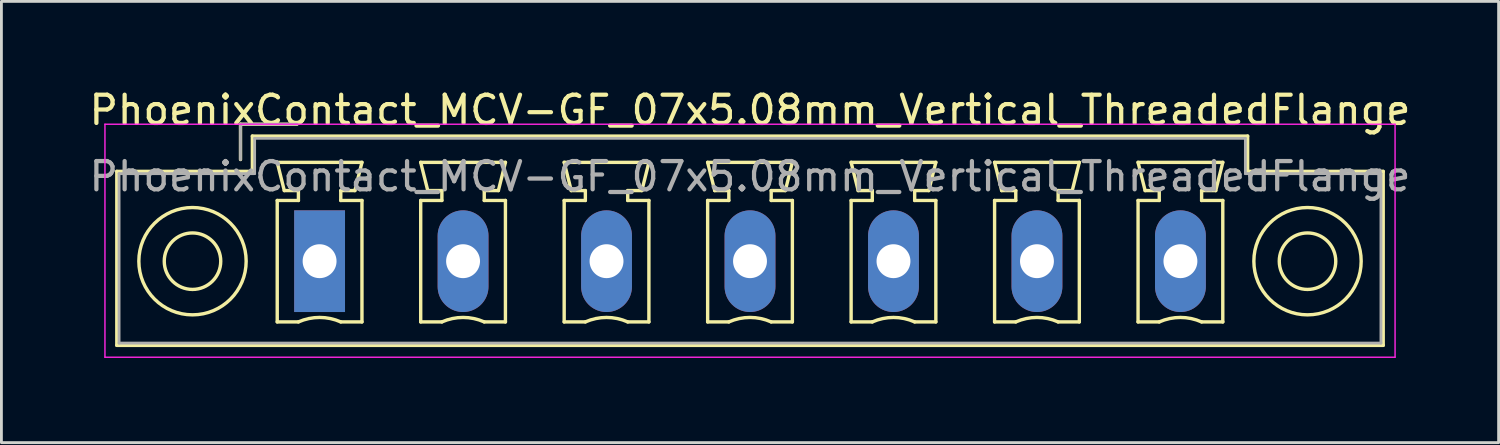
<source format=kicad_pcb>
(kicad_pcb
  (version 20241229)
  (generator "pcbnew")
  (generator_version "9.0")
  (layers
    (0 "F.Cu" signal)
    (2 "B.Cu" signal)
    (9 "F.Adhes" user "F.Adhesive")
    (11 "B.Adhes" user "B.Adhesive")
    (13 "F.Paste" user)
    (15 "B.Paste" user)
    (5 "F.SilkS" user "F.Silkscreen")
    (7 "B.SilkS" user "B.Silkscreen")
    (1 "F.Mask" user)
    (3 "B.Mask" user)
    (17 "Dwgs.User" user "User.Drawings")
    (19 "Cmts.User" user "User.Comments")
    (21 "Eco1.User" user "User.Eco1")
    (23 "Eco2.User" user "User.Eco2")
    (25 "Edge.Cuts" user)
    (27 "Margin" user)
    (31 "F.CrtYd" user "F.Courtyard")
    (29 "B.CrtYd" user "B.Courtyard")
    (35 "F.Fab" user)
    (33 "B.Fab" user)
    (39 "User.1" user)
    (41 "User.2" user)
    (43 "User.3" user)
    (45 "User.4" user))
  (footprint "PhoenixContact_MCV-GF_07x5.08mm_Vertical_ThreadedFlange"
    (layer "F.Cu")
    (at 8.266 6.198)
    (property "Reference" "PhoenixContact_MCV-GF_07x5.08mm_Vertical_ThreadedFlange" (at 15.24 -5.35 0) (layer "F.SilkS") (effects (font (size 1 1) (thickness 0.15))))
    (attr through_hole)
    (fp_line (start -7.18 -3.18) (end -7.18 2.98) (stroke (width 0.12) (type solid)) (layer "F.SilkS"))
    (fp_line (start -7.18 2.98) (end 37.66 2.98) (stroke (width 0.12) (type solid)) (layer "F.SilkS"))
    (fp_line (start -2.8 -4.85) (end -0.8 -4.85) (stroke (width 0.12) (type solid)) (layer "F.SilkS"))
    (fp_line (start -2.8 -3.6) (end -2.8 -4.85) (stroke (width 0.12) (type solid)) (layer "F.SilkS"))
    (fp_line (start -2.38 -4.43) (end -2.38 -3.18) (stroke (width 0.12) (type solid)) (layer "F.SilkS"))
    (fp_line (start -2.38 -3.18) (end -7.18 -3.18) (stroke (width 0.12) (type solid)) (layer "F.SilkS"))
    (fp_line (start -1.5 -3.5) (end 1.5 -3.5) (stroke (width 0.12) (type solid)) (layer "F.SilkS"))
    (fp_line (start -1.5 -2.15) (end -0.75 -2.15) (stroke (width 0.12) (type solid)) (layer "F.SilkS"))
    (fp_line (start -1.5 2.15) (end -1.5 -2.15) (stroke (width 0.12) (type solid)) (layer "F.SilkS"))
    (fp_line (start -1.25 -2.5) (end -1.5 -3.5) (stroke (width 0.12) (type solid)) (layer "F.SilkS"))
    (fp_line (start -0.75 -2.5) (end -1.25 -2.5) (stroke (width 0.12) (type solid)) (layer "F.SilkS"))
    (fp_line (start -0.75 -2.15) (end -0.75 -2.5) (stroke (width 0.12) (type solid)) (layer "F.SilkS"))
    (fp_line (start -0.75 2.15) (end -1.5 2.15) (stroke (width 0.12) (type solid)) (layer "F.SilkS"))
    (fp_line (start 0.75 -2.5) (end 0.75 -2.15) (stroke (width 0.12) (type solid)) (layer "F.SilkS"))
    (fp_line (start 0.75 -2.15) (end 1.5 -2.15) (stroke (width 0.12) (type solid)) (layer "F.SilkS"))
    (fp_line (start 1.25 -2.5) (end 0.75 -2.5) (stroke (width 0.12) (type solid)) (layer "F.SilkS"))
    (fp_line (start 1.5 -3.5) (end 1.25 -2.5) (stroke (width 0.12) (type solid)) (layer "F.SilkS"))
    (fp_line (start 1.5 -2.15) (end 1.5 2.15) (stroke (width 0.12) (type solid)) (layer "F.SilkS"))
    (fp_line (start 1.5 2.15) (end 0.75 2.15) (stroke (width 0.12) (type solid)) (layer "F.SilkS"))
    (fp_line (start 3.58 -3.5) (end 6.58 -3.5) (stroke (width 0.12) (type solid)) (layer "F.SilkS"))
    (fp_line (start 3.58 -2.15) (end 4.33 -2.15) (stroke (width 0.12) (type solid)) (layer "F.SilkS"))
    (fp_line (start 3.58 2.15) (end 3.58 -2.15) (stroke (width 0.12) (type solid)) (layer "F.SilkS"))
    (fp_line (start 3.83 -2.5) (end 3.58 -3.5) (stroke (width 0.12) (type solid)) (layer "F.SilkS"))
    (fp_line (start 4.33 -2.5) (end 3.83 -2.5) (stroke (width 0.12) (type solid)) (layer "F.SilkS"))
    (fp_line (start 4.33 -2.15) (end 4.33 -2.5) (stroke (width 0.12) (type solid)) (layer "F.SilkS"))
    (fp_line (start 4.33 2.15) (end 3.58 2.15) (stroke (width 0.12) (type solid)) (layer "F.SilkS"))
    (fp_line (start 5.83 -2.5) (end 5.83 -2.15) (stroke (width 0.12) (type solid)) (layer "F.SilkS"))
    (fp_line (start 5.83 -2.15) (end 6.58 -2.15) (stroke (width 0.12) (type solid)) (layer "F.SilkS"))
    (fp_line (start 6.33 -2.5) (end 5.83 -2.5) (stroke (width 0.12) (type solid)) (layer "F.SilkS"))
    (fp_line (start 6.58 -3.5) (end 6.33 -2.5) (stroke (width 0.12) (type solid)) (layer "F.SilkS"))
    (fp_line (start 6.58 -2.15) (end 6.58 2.15) (stroke (width 0.12) (type solid)) (layer "F.SilkS"))
    (fp_line (start 6.58 2.15) (end 5.83 2.15) (stroke (width 0.12) (type solid)) (layer "F.SilkS"))
    (fp_line (start 8.66 -3.5) (end 11.66 -3.5) (stroke (width 0.12) (type solid)) (layer "F.SilkS"))
    (fp_line (start 8.66 -2.15) (end 9.41 -2.15) (stroke (width 0.12) (type solid)) (layer "F.SilkS"))
    (fp_line (start 8.66 2.15) (end 8.66 -2.15) (stroke (width 0.12) (type solid)) (layer "F.SilkS"))
    (fp_line (start 8.91 -2.5) (end 8.66 -3.5) (stroke (width 0.12) (type solid)) (layer "F.SilkS"))
    (fp_line (start 9.41 -2.5) (end 8.91 -2.5) (stroke (width 0.12) (type solid)) (layer "F.SilkS"))
    (fp_line (start 9.41 -2.15) (end 9.41 -2.5) (stroke (width 0.12) (type solid)) (layer "F.SilkS"))
    (fp_line (start 9.41 2.15) (end 8.66 2.15) (stroke (width 0.12) (type solid)) (layer "F.SilkS"))
    (fp_line (start 10.91 -2.5) (end 10.91 -2.15) (stroke (width 0.12) (type solid)) (layer "F.SilkS"))
    (fp_line (start 10.91 -2.15) (end 11.66 -2.15) (stroke (width 0.12) (type solid)) (layer "F.SilkS"))
    (fp_line (start 11.41 -2.5) (end 10.91 -2.5) (stroke (width 0.12) (type solid)) (layer "F.SilkS"))
    (fp_line (start 11.66 -3.5) (end 11.41 -2.5) (stroke (width 0.12) (type solid)) (layer "F.SilkS"))
    (fp_line (start 11.66 -2.15) (end 11.66 2.15) (stroke (width 0.12) (type solid)) (layer "F.SilkS"))
    (fp_line (start 11.66 2.15) (end 10.91 2.15) (stroke (width 0.12) (type solid)) (layer "F.SilkS"))
    (fp_line (start 13.74 -3.5) (end 16.74 -3.5) (stroke (width 0.12) (type solid)) (layer "F.SilkS"))
    (fp_line (start 13.74 -2.15) (end 14.49 -2.15) (stroke (width 0.12) (type solid)) (layer "F.SilkS"))
    (fp_line (start 13.74 2.15) (end 13.74 -2.15) (stroke (width 0.12) (type solid)) (layer "F.SilkS"))
    (fp_line (start 13.99 -2.5) (end 13.74 -3.5) (stroke (width 0.12) (type solid)) (layer "F.SilkS"))
    (fp_line (start 14.49 -2.5) (end 13.99 -2.5) (stroke (width 0.12) (type solid)) (layer "F.SilkS"))
    (fp_line (start 14.49 -2.15) (end 14.49 -2.5) (stroke (width 0.12) (type solid)) (layer "F.SilkS"))
    (fp_line (start 14.49 2.15) (end 13.74 2.15) (stroke (width 0.12) (type solid)) (layer "F.SilkS"))
    (fp_line (start 15.99 -2.5) (end 15.99 -2.15) (stroke (width 0.12) (type solid)) (layer "F.SilkS"))
    (fp_line (start 15.99 -2.15) (end 16.74 -2.15) (stroke (width 0.12) (type solid)) (layer "F.SilkS"))
    (fp_line (start 16.49 -2.5) (end 15.99 -2.5) (stroke (width 0.12) (type solid)) (layer "F.SilkS"))
    (fp_line (start 16.74 -3.5) (end 16.49 -2.5) (stroke (width 0.12) (type solid)) (layer "F.SilkS"))
    (fp_line (start 16.74 -2.15) (end 16.74 2.15) (stroke (width 0.12) (type solid)) (layer "F.SilkS"))
    (fp_line (start 16.74 2.15) (end 15.99 2.15) (stroke (width 0.12) (type solid)) (layer "F.SilkS"))
    (fp_line (start 18.82 -3.5) (end 21.82 -3.5) (stroke (width 0.12) (type solid)) (layer "F.SilkS"))
    (fp_line (start 18.82 -2.15) (end 19.57 -2.15) (stroke (width 0.12) (type solid)) (layer "F.SilkS"))
    (fp_line (start 18.82 2.15) (end 18.82 -2.15) (stroke (width 0.12) (type solid)) (layer "F.SilkS"))
    (fp_line (start 19.07 -2.5) (end 18.82 -3.5) (stroke (width 0.12) (type solid)) (layer "F.SilkS"))
    (fp_line (start 19.57 -2.5) (end 19.07 -2.5) (stroke (width 0.12) (type solid)) (layer "F.SilkS"))
    (fp_line (start 19.57 -2.15) (end 19.57 -2.5) (stroke (width 0.12) (type solid)) (layer "F.SilkS"))
    (fp_line (start 19.57 2.15) (end 18.82 2.15) (stroke (width 0.12) (type solid)) (layer "F.SilkS"))
    (fp_line (start 21.07 -2.5) (end 21.07 -2.15) (stroke (width 0.12) (type solid)) (layer "F.SilkS"))
    (fp_line (start 21.07 -2.15) (end 21.82 -2.15) (stroke (width 0.12) (type solid)) (layer "F.SilkS"))
    (fp_line (start 21.57 -2.5) (end 21.07 -2.5) (stroke (width 0.12) (type solid)) (layer "F.SilkS"))
    (fp_line (start 21.82 -3.5) (end 21.57 -2.5) (stroke (width 0.12) (type solid)) (layer "F.SilkS"))
    (fp_line (start 21.82 -2.15) (end 21.82 2.15) (stroke (width 0.12) (type solid)) (layer "F.SilkS"))
    (fp_line (start 21.82 2.15) (end 21.07 2.15) (stroke (width 0.12) (type solid)) (layer "F.SilkS"))
    (fp_line (start 23.9 -3.5) (end 26.9 -3.5) (stroke (width 0.12) (type solid)) (layer "F.SilkS"))
    (fp_line (start 23.9 -2.15) (end 24.65 -2.15) (stroke (width 0.12) (type solid)) (layer "F.SilkS"))
    (fp_line (start 23.9 2.15) (end 23.9 -2.15) (stroke (width 0.12) (type solid)) (layer "F.SilkS"))
    (fp_line (start 24.15 -2.5) (end 23.9 -3.5) (stroke (width 0.12) (type solid)) (layer "F.SilkS"))
    (fp_line (start 24.65 -2.5) (end 24.15 -2.5) (stroke (width 0.12) (type solid)) (layer "F.SilkS"))
    (fp_line (start 24.65 -2.15) (end 24.65 -2.5) (stroke (width 0.12) (type solid)) (layer "F.SilkS"))
    (fp_line (start 24.65 2.15) (end 23.9 2.15) (stroke (width 0.12) (type solid)) (layer "F.SilkS"))
    (fp_line (start 26.15 -2.5) (end 26.15 -2.15) (stroke (width 0.12) (type solid)) (layer "F.SilkS"))
    (fp_line (start 26.15 -2.15) (end 26.9 -2.15) (stroke (width 0.12) (type solid)) (layer "F.SilkS"))
    (fp_line (start 26.65 -2.5) (end 26.15 -2.5) (stroke (width 0.12) (type solid)) (layer "F.SilkS"))
    (fp_line (start 26.9 -3.5) (end 26.65 -2.5) (stroke (width 0.12) (type solid)) (layer "F.SilkS"))
    (fp_line (start 26.9 -2.15) (end 26.9 2.15) (stroke (width 0.12) (type solid)) (layer "F.SilkS"))
    (fp_line (start 26.9 2.15) (end 26.15 2.15) (stroke (width 0.12) (type solid)) (layer "F.SilkS"))
    (fp_line (start 28.98 -3.5) (end 31.98 -3.5) (stroke (width 0.12) (type solid)) (layer "F.SilkS"))
    (fp_line (start 28.98 -2.15) (end 29.73 -2.15) (stroke (width 0.12) (type solid)) (layer "F.SilkS"))
    (fp_line (start 28.98 2.15) (end 28.98 -2.15) (stroke (width 0.12) (type solid)) (layer "F.SilkS"))
    (fp_line (start 29.23 -2.5) (end 28.98 -3.5) (stroke (width 0.12) (type solid)) (layer "F.SilkS"))
    (fp_line (start 29.73 -2.5) (end 29.23 -2.5) (stroke (width 0.12) (type solid)) (layer "F.SilkS"))
    (fp_line (start 29.73 -2.15) (end 29.73 -2.5) (stroke (width 0.12) (type solid)) (layer "F.SilkS"))
    (fp_line (start 29.73 2.15) (end 28.98 2.15) (stroke (width 0.12) (type solid)) (layer "F.SilkS"))
    (fp_line (start 31.23 -2.5) (end 31.23 -2.15) (stroke (width 0.12) (type solid)) (layer "F.SilkS"))
    (fp_line (start 31.23 -2.15) (end 31.98 -2.15) (stroke (width 0.12) (type solid)) (layer "F.SilkS"))
    (fp_line (start 31.73 -2.5) (end 31.23 -2.5) (stroke (width 0.12) (type solid)) (layer "F.SilkS"))
    (fp_line (start 31.98 -3.5) (end 31.73 -2.5) (stroke (width 0.12) (type solid)) (layer "F.SilkS"))
    (fp_line (start 31.98 -2.15) (end 31.98 2.15) (stroke (width 0.12) (type solid)) (layer "F.SilkS"))
    (fp_line (start 31.98 2.15) (end 31.23 2.15) (stroke (width 0.12) (type solid)) (layer "F.SilkS"))
    (fp_line (start 32.86 -4.43) (end -2.38 -4.43) (stroke (width 0.12) (type solid)) (layer "F.SilkS"))
    (fp_line (start 32.86 -3.18) (end 32.86 -4.43) (stroke (width 0.12) (type solid)) (layer "F.SilkS"))
    (fp_line (start 37.66 -3.18) (end 32.86 -3.18) (stroke (width 0.12) (type solid)) (layer "F.SilkS"))
    (fp_line (start 37.66 2.98) (end 37.66 -3.18) (stroke (width 0.12) (type solid)) (layer "F.SilkS"))
    (fp_arc (start -0.75 2.15) (mid -0.000193 1.99191) (end 0.749647 2.149844) (stroke (width 0.12) (type solid)) (layer "F.SilkS"))
    (fp_arc (start 4.33 2.15) (mid 5.079807 1.99191) (end 5.829647 2.149844) (stroke (width 0.12) (type solid)) (layer "F.SilkS"))
    (fp_arc (start 9.41 2.15) (mid 10.159807 1.99191) (end 10.909647 2.149844) (stroke (width 0.12) (type solid)) (layer "F.SilkS"))
    (fp_arc (start 14.49 2.15) (mid 15.239807 1.99191) (end 15.989647 2.149844) (stroke (width 0.12) (type solid)) (layer "F.SilkS"))
    (fp_arc (start 19.57 2.15) (mid 20.319807 1.99191) (end 21.069647 2.149844) (stroke (width 0.12) (type solid)) (layer "F.SilkS"))
    (fp_arc (start 24.65 2.15) (mid 25.399807 1.99191) (end 26.149647 2.149844) (stroke (width 0.12) (type solid)) (layer "F.SilkS"))
    (fp_arc (start 29.73 2.15) (mid 30.479807 1.99191) (end 31.229647 2.149844) (stroke (width 0.12) (type solid)) (layer "F.SilkS"))
    (fp_circle (center -4.5 0) (end -3.5 0) (stroke (width 0.12) (type solid)) (fill no) (layer "F.SilkS"))
    (fp_circle (center -4.5 0) (end -2.6 0) (stroke (width 0.12) (type solid)) (fill no) (layer "F.SilkS"))
    (fp_circle (center 34.98 0) (end 35.98 0) (stroke (width 0.12) (type solid)) (fill no) (layer "F.SilkS"))
    (fp_circle (center 34.98 0) (end 36.88 0) (stroke (width 0.12) (type solid)) (fill no) (layer "F.SilkS"))
    (fp_line (start -7.6 -4.85) (end -7.6 3.4) (stroke (width 0.05) (type solid)) (layer "F.CrtYd"))
    (fp_line (start -7.6 3.4) (end 38.08 3.4) (stroke (width 0.05) (type solid)) (layer "F.CrtYd"))
    (fp_line (start 38.08 -4.85) (end -7.6 -4.85) (stroke (width 0.05) (type solid)) (layer "F.CrtYd"))
    (fp_line (start 38.08 3.4) (end 38.08 -4.85) (stroke (width 0.05) (type solid)) (layer "F.CrtYd"))
    (fp_line (start -7.1 -3.1) (end -7.1 2.9) (stroke (width 0.1) (type solid)) (layer "F.Fab"))
    (fp_line (start -7.1 2.9) (end 37.58 2.9) (stroke (width 0.1) (type solid)) (layer "F.Fab"))
    (fp_line (start -2.8 -4.85) (end -0.8 -4.85) (stroke (width 0.1) (type solid)) (layer "F.Fab"))
    (fp_line (start -2.8 -3.6) (end -2.8 -4.85) (stroke (width 0.1) (type solid)) (layer "F.Fab"))
    (fp_line (start -2.3 -4.35) (end -2.3 -3.1) (stroke (width 0.1) (type solid)) (layer "F.Fab"))
    (fp_line (start -2.3 -3.1) (end -7.1 -3.1) (stroke (width 0.1) (type solid)) (layer "F.Fab"))
    (fp_line (start 32.78 -4.35) (end -2.3 -4.35) (stroke (width 0.1) (type solid)) (layer "F.Fab"))
    (fp_line (start 32.78 -3.1) (end 32.78 -4.35) (stroke (width 0.1) (type solid)) (layer "F.Fab"))
    (fp_line (start 37.58 -3.1) (end 32.78 -3.1) (stroke (width 0.1) (type solid)) (layer "F.Fab"))
    (fp_line (start 37.58 2.9) (end 37.58 -3.1) (stroke (width 0.1) (type solid)) (layer "F.Fab"))
    (fp_text user "${REFERENCE}" (at 15.24 -3 0) (layer "F.Fab") (effects (font (size 1 1) (thickness 0.15))))
    (pad "1" thru_hole rect (at 0 0) (size 1.8 3.6) (drill 1.2) (layers "*.Cu" "*.Mask"))
    (pad "2" thru_hole oval (at 5.08 0) (size 1.8 3.6) (drill 1.2) (layers "*.Cu" "*.Mask"))
    (pad "3" thru_hole oval (at 10.16 0) (size 1.8 3.6) (drill 1.2) (layers "*.Cu" "*.Mask"))
    (pad "4" thru_hole oval (at 15.24 0) (size 1.8 3.6) (drill 1.2) (layers "*.Cu" "*.Mask"))
    (pad "5" thru_hole oval (at 20.32 0) (size 1.8 3.6) (drill 1.2) (layers "*.Cu" "*.Mask"))
    (pad "6" thru_hole oval (at 25.4 0) (size 1.8 3.6) (drill 1.2) (layers "*.Cu" "*.Mask"))
    (pad "7" thru_hole oval (at 30.48 0) (size 1.8 3.6) (drill 1.2) (layers "*.Cu" "*.Mask")))
  (gr_rect
    (start -3 -3)
    (end 50.012 12.623)
    (stroke (width 0.1) (type default))
    (fill no)
    (layer "Edge.Cuts")))
</source>
